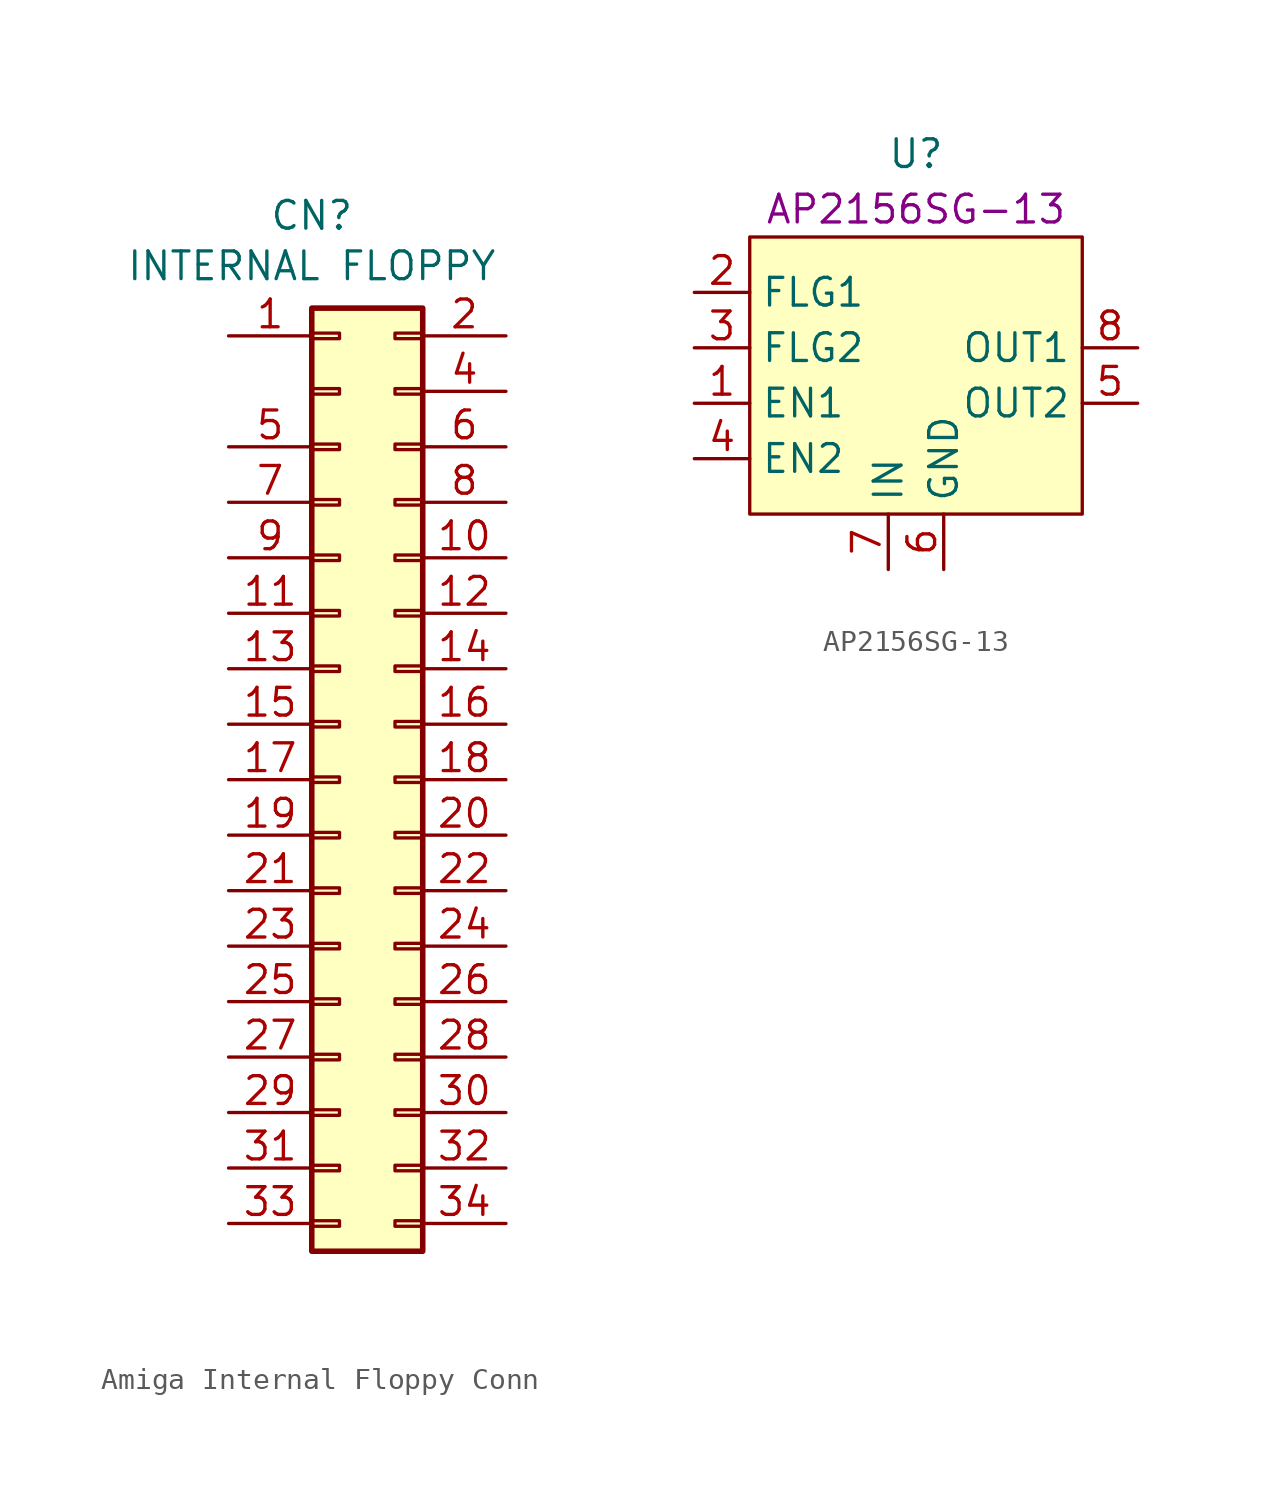
<source format=kicad_sym>
(kicad_symbol_lib
  (version 20231120)
  (generator "kicad_symbol_editor")
  (generator_version "8.0")
  (symbol "Amiga Internal Floppy Conn"
    (pin_names
      (offset 1.016) hide)
    (property "Reference" "CN"
      (at -1.27 25.832 0)
      (effects (font (size 1.27 1.27))))
    (property "Value" "INTERNAL FLOPPY"
      (at -1.27 23.52 0)
      (effects (font (size 1.27 1.27))))
    (symbol "Amiga Internal Floppy Conn_1_1"
      (rectangle (start -1.27 -20.193) (end 0 -20.447) (stroke (width 0.152) (type default)) (fill (type none)))
      (rectangle (start -1.27 -17.653) (end 0 -17.907) (stroke (width 0.152) (type default)) (fill (type none)))
      (rectangle (start -1.27 -15.113) (end 0 -15.367) (stroke (width 0.152) (type default)) (fill (type none)))
      (rectangle (start -1.27 -12.573) (end 0 -12.827) (stroke (width 0.152) (type default)) (fill (type none)))
      (rectangle (start -1.27 -10.033) (end 0 -10.287) (stroke (width 0.152) (type default)) (fill (type none)))
      (rectangle (start -1.27 -7.493) (end 0 -7.747) (stroke (width 0.152) (type default)) (fill (type none)))
      (rectangle (start -1.27 -4.953) (end 0 -5.207) (stroke (width 0.152) (type default)) (fill (type none)))
      (rectangle (start -1.27 -2.413) (end 0 -2.667) (stroke (width 0.152) (type default)) (fill (type none)))
      (rectangle (start -1.27 0.127) (end 0 -0.127) (stroke (width 0.152) (type default)) (fill (type none)))
      (rectangle (start -1.27 2.667) (end 0 2.413) (stroke (width 0.152) (type default)) (fill (type none)))
      (rectangle (start -1.27 5.207) (end 0 4.953) (stroke (width 0.152) (type default)) (fill (type none)))
      (rectangle (start -1.27 7.747) (end 0 7.493) (stroke (width 0.152) (type default)) (fill (type none)))
      (rectangle (start -1.27 10.287) (end 0 10.033) (stroke (width 0.152) (type default)) (fill (type none)))
      (rectangle (start -1.27 12.827) (end 0 12.573) (stroke (width 0.152) (type default)) (fill (type none)))
      (rectangle (start -1.27 15.367) (end 0 15.113) (stroke (width 0.152) (type default)) (fill (type none)))
      (rectangle (start -1.27 17.907) (end 0 17.653) (stroke (width 0.152) (type default)) (fill (type none)))
      (rectangle (start -1.27 20.447) (end 0 20.193) (stroke (width 0.152) (type default)) (fill (type none)))
      (rectangle (start -1.27 21.59) (end 3.81 -21.59) (stroke (width 0.254) (type default)) (fill (type background)))
      (rectangle (start 3.81 -20.193) (end 2.54 -20.447) (stroke (width 0.152) (type default)) (fill (type none)))
      (rectangle (start 3.81 -17.653) (end 2.54 -17.907) (stroke (width 0.152) (type default)) (fill (type none)))
      (rectangle (start 3.81 -15.113) (end 2.54 -15.367) (stroke (width 0.152) (type default)) (fill (type none)))
      (rectangle (start 3.81 -12.573) (end 2.54 -12.827) (stroke (width 0.152) (type default)) (fill (type none)))
      (rectangle (start 3.81 -10.033) (end 2.54 -10.287) (stroke (width 0.152) (type default)) (fill (type none)))
      (rectangle (start 3.81 -7.493) (end 2.54 -7.747) (stroke (width 0.152) (type default)) (fill (type none)))
      (rectangle (start 3.81 -4.953) (end 2.54 -5.207) (stroke (width 0.152) (type default)) (fill (type none)))
      (rectangle (start 3.81 -2.413) (end 2.54 -2.667) (stroke (width 0.152) (type default)) (fill (type none)))
      (rectangle (start 3.81 0.127) (end 2.54 -0.127) (stroke (width 0.152) (type default)) (fill (type none)))
      (rectangle (start 3.81 2.667) (end 2.54 2.413) (stroke (width 0.152) (type default)) (fill (type none)))
      (rectangle (start 3.81 5.207) (end 2.54 4.953) (stroke (width 0.152) (type default)) (fill (type none)))
      (rectangle (start 3.81 7.747) (end 2.54 7.493) (stroke (width 0.152) (type default)) (fill (type none)))
      (rectangle (start 3.81 10.287) (end 2.54 10.033) (stroke (width 0.152) (type default)) (fill (type none)))
      (rectangle (start 3.81 12.827) (end 2.54 12.573) (stroke (width 0.152) (type default)) (fill (type none)))
      (rectangle (start 3.81 15.367) (end 2.54 15.113) (stroke (width 0.152) (type default)) (fill (type none)))
      (rectangle (start 3.81 17.907) (end 2.54 17.653) (stroke (width 0.152) (type default)) (fill (type none)))
      (rectangle (start 3.81 20.447) (end 2.54 20.193) (stroke (width 0.152) (type default)) (fill (type none)))
      (pin passive line (at -5.08 20.32 0) (length 3.81) (name "Pin_1" (effects (font (size 1.27 1.27)))) (number "1" (effects (font (size 1.27 1.27)))))
      (pin passive line (at 7.62 10.16 180) (length 3.81) (name "Pin_10" (effects (font (size 1.27 1.27)))) (number "10" (effects (font (size 1.27 1.27)))))
      (pin passive line (at -5.08 7.62 0) (length 3.81) (name "Pin_11" (effects (font (size 1.27 1.27)))) (number "11" (effects (font (size 1.27 1.27)))))
      (pin passive line (at 7.62 7.62 180) (length 3.81) (name "Pin_12" (effects (font (size 1.27 1.27)))) (number "12" (effects (font (size 1.27 1.27)))))
      (pin passive line (at -5.08 5.08 0) (length 3.81) (name "Pin_13" (effects (font (size 1.27 1.27)))) (number "13" (effects (font (size 1.27 1.27)))))
      (pin passive line (at 7.62 5.08 180) (length 3.81) (name "Pin_14" (effects (font (size 1.27 1.27)))) (number "14" (effects (font (size 1.27 1.27)))))
      (pin passive line (at -5.08 2.54 0) (length 3.81) (name "Pin_15" (effects (font (size 1.27 1.27)))) (number "15" (effects (font (size 1.27 1.27)))))
      (pin passive line (at 7.62 2.54 180) (length 3.81) (name "Pin_16" (effects (font (size 1.27 1.27)))) (number "16" (effects (font (size 1.27 1.27)))))
      (pin passive line (at -5.08 0 0) (length 3.81) (name "Pin_17" (effects (font (size 1.27 1.27)))) (number "17" (effects (font (size 1.27 1.27)))))
      (pin passive line (at 7.62 0 180) (length 3.81) (name "Pin_18" (effects (font (size 1.27 1.27)))) (number "18" (effects (font (size 1.27 1.27)))))
      (pin passive line (at -5.08 -2.54 0) (length 3.81) (name "Pin_19" (effects (font (size 1.27 1.27)))) (number "19" (effects (font (size 1.27 1.27)))))
      (pin passive line (at 7.62 20.32 180) (length 3.81) (name "Pin_2" (effects (font (size 1.27 1.27)))) (number "2" (effects (font (size 1.27 1.27)))))
      (pin passive line (at 7.62 -2.54 180) (length 3.81) (name "Pin_20" (effects (font (size 1.27 1.27)))) (number "20" (effects (font (size 1.27 1.27)))))
      (pin passive line (at -5.08 -5.08 0) (length 3.81) (name "Pin_21" (effects (font (size 1.27 1.27)))) (number "21" (effects (font (size 1.27 1.27)))))
      (pin passive line (at 7.62 -5.08 180) (length 3.81) (name "Pin_22" (effects (font (size 1.27 1.27)))) (number "22" (effects (font (size 1.27 1.27)))))
      (pin passive line (at -5.08 -7.62 0) (length 3.81) (name "Pin_23" (effects (font (size 1.27 1.27)))) (number "23" (effects (font (size 1.27 1.27)))))
      (pin passive line (at 7.62 -7.62 180) (length 3.81) (name "Pin_24" (effects (font (size 1.27 1.27)))) (number "24" (effects (font (size 1.27 1.27)))))
      (pin passive line (at -5.08 -10.16 0) (length 3.81) (name "Pin_25" (effects (font (size 1.27 1.27)))) (number "25" (effects (font (size 1.27 1.27)))))
      (pin passive line (at 7.62 -10.16 180) (length 3.81) (name "Pin_26" (effects (font (size 1.27 1.27)))) (number "26" (effects (font (size 1.27 1.27)))))
      (pin passive line (at -5.08 -12.7 0) (length 3.81) (name "Pin_27" (effects (font (size 1.27 1.27)))) (number "27" (effects (font (size 1.27 1.27)))))
      (pin passive line (at 7.62 -12.7 180) (length 3.81) (name "Pin_28" (effects (font (size 1.27 1.27)))) (number "28" (effects (font (size 1.27 1.27)))))
      (pin passive line (at -5.08 -15.24 0) (length 3.81) (name "Pin_29" (effects (font (size 1.27 1.27)))) (number "29" (effects (font (size 1.27 1.27)))))
      (pin passive line (at 7.62 -15.24 180) (length 3.81) (name "Pin_30" (effects (font (size 1.27 1.27)))) (number "30" (effects (font (size 1.27 1.27)))))
      (pin passive line (at -5.08 -17.78 0) (length 3.81) (name "Pin_31" (effects (font (size 1.27 1.27)))) (number "31" (effects (font (size 1.27 1.27)))))
      (pin passive line (at 7.62 -17.78 180) (length 3.81) (name "Pin_32" (effects (font (size 1.27 1.27)))) (number "32" (effects (font (size 1.27 1.27)))))
      (pin passive line (at -5.08 -20.32 0) (length 3.81) (name "Pin_33" (effects (font (size 1.27 1.27)))) (number "33" (effects (font (size 1.27 1.27)))))
      (pin passive line (at 7.62 -20.32 180) (length 3.81) (name "Pin_34" (effects (font (size 1.27 1.27)))) (number "34" (effects (font (size 1.27 1.27)))))
      (pin passive line (at 7.62 17.78 180) (length 3.81) (name "Pin_4" (effects (font (size 1.27 1.27)))) (number "4" (effects (font (size 1.27 1.27)))))
      (pin passive line (at -5.08 15.24 0) (length 3.81) (name "Pin_5" (effects (font (size 1.27 1.27)))) (number "5" (effects (font (size 1.27 1.27)))))
      (pin passive line (at 7.62 15.24 180) (length 3.81) (name "Pin_6" (effects (font (size 1.27 1.27)))) (number "6" (effects (font (size 1.27 1.27)))))
      (pin passive line (at -5.08 12.7 0) (length 3.81) (name "Pin_7" (effects (font (size 1.27 1.27)))) (number "7" (effects (font (size 1.27 1.27)))))
      (pin passive line (at 7.62 12.7 180) (length 3.81) (name "Pin_8" (effects (font (size 1.27 1.27)))) (number "8" (effects (font (size 1.27 1.27)))))
      (pin passive line (at -5.08 10.16 0) (length 3.81) (name "Pin_9" (effects (font (size 1.27 1.27)))) (number "9" (effects (font (size 1.27 1.27)))))))
  (symbol "AP2156SG-13"
    (property "Reference" "U"
      (at 0 10.16 0)
      (effects (font (size 1.27 1.27))))
    (property "Value" ""
      (at 0 0 0)
      (effects (font (size 1.27 1.27))))
    (property "Part Number" "AP2156SG-13"
      (at 0 7.62 0)
      (effects (font (size 1.27 1.27))))
    (symbol "AP2156SG-13_0_0"
      (pin input line (at -10.16 -1.27 0) (length 2.54) (name "EN1" (effects (font (size 1.27 1.27)))) (number "1" (effects (font (size 1.27 1.27)))))
      (pin output line (at -10.16 3.81 0) (length 2.54) (name "FLG1" (effects (font (size 1.27 1.27)))) (number "2" (effects (font (size 1.27 1.27)))))
      (pin output line (at -10.16 1.27 0) (length 2.54) (name "FLG2" (effects (font (size 1.27 1.27)))) (number "3" (effects (font (size 1.27 1.27)))))
      (pin input line (at -10.16 -3.81 0) (length 2.54) (name "EN2" (effects (font (size 1.27 1.27)))) (number "4" (effects (font (size 1.27 1.27)))))
      (pin power_out line (at 10.16 -1.27 180) (length 2.54) (name "OUT2" (effects (font (size 1.27 1.27)))) (number "5" (effects (font (size 1.27 1.27)))))
      (pin power_in line (at 1.27 -8.89 90) (length 2.54) (name "GND" (effects (font (size 1.27 1.27)))) (number "6" (effects (font (size 1.27 1.27)))))
      (pin power_in line (at -1.27 -8.89 90) (length 2.54) (name "IN" (effects (font (size 1.27 1.27)))) (number "7" (effects (font (size 1.27 1.27)))))
      (pin power_out line (at 10.16 1.27 180) (length 2.54) (name "OUT1" (effects (font (size 1.27 1.27)))) (number "8" (effects (font (size 1.27 1.27))))))
    (symbol "AP2156SG-13_0_1"
      (rectangle (start -7.62 6.35) (end 7.62 -6.35) (stroke (width 0) (type default)) (fill (type background))))))
</source>
